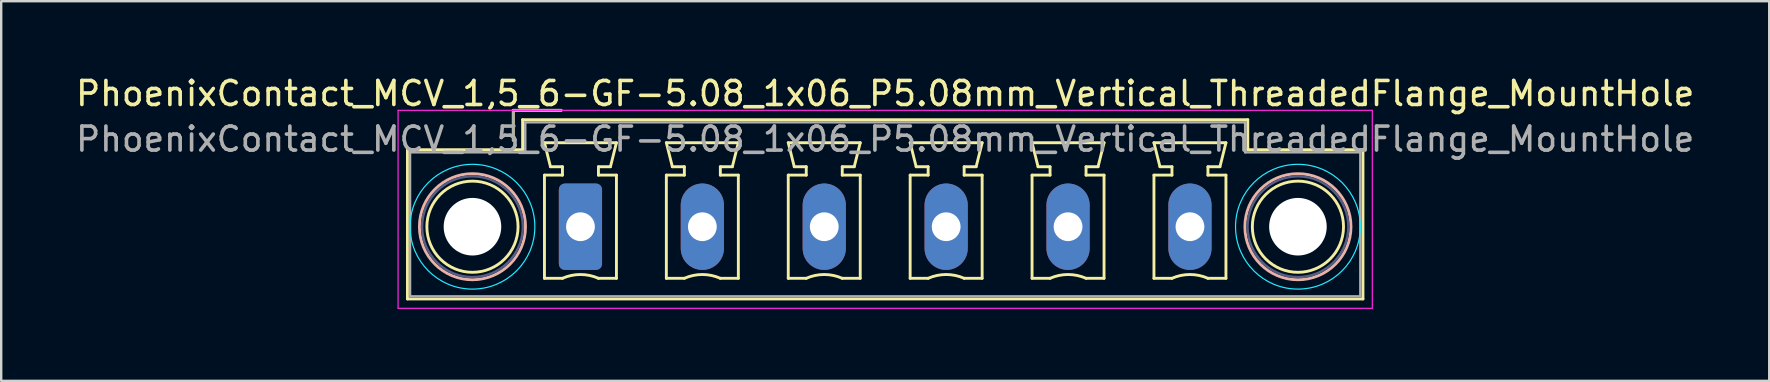
<source format=kicad_pcb>
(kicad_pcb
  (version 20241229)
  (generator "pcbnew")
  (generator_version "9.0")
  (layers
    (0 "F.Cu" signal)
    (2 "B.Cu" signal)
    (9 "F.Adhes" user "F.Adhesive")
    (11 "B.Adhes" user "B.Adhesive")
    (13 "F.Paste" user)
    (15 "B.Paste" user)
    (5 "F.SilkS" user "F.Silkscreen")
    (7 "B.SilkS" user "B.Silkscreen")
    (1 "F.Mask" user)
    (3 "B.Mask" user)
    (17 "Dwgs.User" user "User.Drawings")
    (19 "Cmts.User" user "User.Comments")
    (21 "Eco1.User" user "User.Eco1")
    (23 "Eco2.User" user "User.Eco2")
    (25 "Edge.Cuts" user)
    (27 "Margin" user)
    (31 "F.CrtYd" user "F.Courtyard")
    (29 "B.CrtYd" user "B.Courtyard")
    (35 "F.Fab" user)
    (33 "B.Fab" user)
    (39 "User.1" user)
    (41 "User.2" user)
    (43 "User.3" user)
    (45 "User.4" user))
  (footprint "PhoenixContact_MCV_1,5_6-GF-5.08_1x06_P5.08mm_Vertical_ThreadedFlange_MountHole"
    (layer "F.Cu")
    (at 21.139 6.398)
    (property "Reference" "PhoenixContact_MCV_1,5_6-GF-5.08_1x06_P5.08mm_Vertical_ThreadedFlange_MountHole" (at 12.7 -5.55 0) (layer "F.SilkS") (effects (font (size 1 1) (thickness 0.15))))
    (attr through_hole)
    (fp_line (start -7.21 -3.21) (end -7.21 3.01) (stroke (width 0.12) (type solid)) (layer "F.SilkS"))
    (fp_line (start -7.21 3.01) (end 32.61 3.01) (stroke (width 0.12) (type solid)) (layer "F.SilkS"))
    (fp_line (start -2.8 -4.85) (end -0.8 -4.85) (stroke (width 0.12) (type solid)) (layer "F.SilkS"))
    (fp_line (start -2.8 -3.6) (end -2.8 -4.85) (stroke (width 0.12) (type solid)) (layer "F.SilkS"))
    (fp_line (start -2.41 -4.46) (end -2.41 -3.21) (stroke (width 0.12) (type solid)) (layer "F.SilkS"))
    (fp_line (start -2.41 -3.21) (end -7.21 -3.21) (stroke (width 0.12) (type solid)) (layer "F.SilkS"))
    (fp_line (start -1.5 -3.5) (end 1.5 -3.5) (stroke (width 0.12) (type solid)) (layer "F.SilkS"))
    (fp_line (start -1.5 -2.15) (end -0.75 -2.15) (stroke (width 0.12) (type solid)) (layer "F.SilkS"))
    (fp_line (start -1.5 2.15) (end -1.5 -2.15) (stroke (width 0.12) (type solid)) (layer "F.SilkS"))
    (fp_line (start -1.25 -2.5) (end -1.5 -3.5) (stroke (width 0.12) (type solid)) (layer "F.SilkS"))
    (fp_line (start -0.75 -2.5) (end -1.25 -2.5) (stroke (width 0.12) (type solid)) (layer "F.SilkS"))
    (fp_line (start -0.75 -2.15) (end -0.75 -2.5) (stroke (width 0.12) (type solid)) (layer "F.SilkS"))
    (fp_line (start -0.75 2.15) (end -1.5 2.15) (stroke (width 0.12) (type solid)) (layer "F.SilkS"))
    (fp_line (start 0.75 -2.5) (end 0.75 -2.15) (stroke (width 0.12) (type solid)) (layer "F.SilkS"))
    (fp_line (start 0.75 -2.15) (end 1.5 -2.15) (stroke (width 0.12) (type solid)) (layer "F.SilkS"))
    (fp_line (start 1.25 -2.5) (end 0.75 -2.5) (stroke (width 0.12) (type solid)) (layer "F.SilkS"))
    (fp_line (start 1.5 -3.5) (end 1.25 -2.5) (stroke (width 0.12) (type solid)) (layer "F.SilkS"))
    (fp_line (start 1.5 -2.15) (end 1.5 2.15) (stroke (width 0.12) (type solid)) (layer "F.SilkS"))
    (fp_line (start 1.5 2.15) (end 0.75 2.15) (stroke (width 0.12) (type solid)) (layer "F.SilkS"))
    (fp_line (start 3.58 -3.5) (end 6.58 -3.5) (stroke (width 0.12) (type solid)) (layer "F.SilkS"))
    (fp_line (start 3.58 -2.15) (end 4.33 -2.15) (stroke (width 0.12) (type solid)) (layer "F.SilkS"))
    (fp_line (start 3.58 2.15) (end 3.58 -2.15) (stroke (width 0.12) (type solid)) (layer "F.SilkS"))
    (fp_line (start 3.83 -2.5) (end 3.58 -3.5) (stroke (width 0.12) (type solid)) (layer "F.SilkS"))
    (fp_line (start 4.33 -2.5) (end 3.83 -2.5) (stroke (width 0.12) (type solid)) (layer "F.SilkS"))
    (fp_line (start 4.33 -2.15) (end 4.33 -2.5) (stroke (width 0.12) (type solid)) (layer "F.SilkS"))
    (fp_line (start 4.33 2.15) (end 3.58 2.15) (stroke (width 0.12) (type solid)) (layer "F.SilkS"))
    (fp_line (start 5.83 -2.5) (end 5.83 -2.15) (stroke (width 0.12) (type solid)) (layer "F.SilkS"))
    (fp_line (start 5.83 -2.15) (end 6.58 -2.15) (stroke (width 0.12) (type solid)) (layer "F.SilkS"))
    (fp_line (start 6.33 -2.5) (end 5.83 -2.5) (stroke (width 0.12) (type solid)) (layer "F.SilkS"))
    (fp_line (start 6.58 -3.5) (end 6.33 -2.5) (stroke (width 0.12) (type solid)) (layer "F.SilkS"))
    (fp_line (start 6.58 -2.15) (end 6.58 2.15) (stroke (width 0.12) (type solid)) (layer "F.SilkS"))
    (fp_line (start 6.58 2.15) (end 5.83 2.15) (stroke (width 0.12) (type solid)) (layer "F.SilkS"))
    (fp_line (start 8.66 -3.5) (end 11.66 -3.5) (stroke (width 0.12) (type solid)) (layer "F.SilkS"))
    (fp_line (start 8.66 -2.15) (end 9.41 -2.15) (stroke (width 0.12) (type solid)) (layer "F.SilkS"))
    (fp_line (start 8.66 2.15) (end 8.66 -2.15) (stroke (width 0.12) (type solid)) (layer "F.SilkS"))
    (fp_line (start 8.91 -2.5) (end 8.66 -3.5) (stroke (width 0.12) (type solid)) (layer "F.SilkS"))
    (fp_line (start 9.41 -2.5) (end 8.91 -2.5) (stroke (width 0.12) (type solid)) (layer "F.SilkS"))
    (fp_line (start 9.41 -2.15) (end 9.41 -2.5) (stroke (width 0.12) (type solid)) (layer "F.SilkS"))
    (fp_line (start 9.41 2.15) (end 8.66 2.15) (stroke (width 0.12) (type solid)) (layer "F.SilkS"))
    (fp_line (start 10.91 -2.5) (end 10.91 -2.15) (stroke (width 0.12) (type solid)) (layer "F.SilkS"))
    (fp_line (start 10.91 -2.15) (end 11.66 -2.15) (stroke (width 0.12) (type solid)) (layer "F.SilkS"))
    (fp_line (start 11.41 -2.5) (end 10.91 -2.5) (stroke (width 0.12) (type solid)) (layer "F.SilkS"))
    (fp_line (start 11.66 -3.5) (end 11.41 -2.5) (stroke (width 0.12) (type solid)) (layer "F.SilkS"))
    (fp_line (start 11.66 -2.15) (end 11.66 2.15) (stroke (width 0.12) (type solid)) (layer "F.SilkS"))
    (fp_line (start 11.66 2.15) (end 10.91 2.15) (stroke (width 0.12) (type solid)) (layer "F.SilkS"))
    (fp_line (start 13.74 -3.5) (end 16.74 -3.5) (stroke (width 0.12) (type solid)) (layer "F.SilkS"))
    (fp_line (start 13.74 -2.15) (end 14.49 -2.15) (stroke (width 0.12) (type solid)) (layer "F.SilkS"))
    (fp_line (start 13.74 2.15) (end 13.74 -2.15) (stroke (width 0.12) (type solid)) (layer "F.SilkS"))
    (fp_line (start 13.99 -2.5) (end 13.74 -3.5) (stroke (width 0.12) (type solid)) (layer "F.SilkS"))
    (fp_line (start 14.49 -2.5) (end 13.99 -2.5) (stroke (width 0.12) (type solid)) (layer "F.SilkS"))
    (fp_line (start 14.49 -2.15) (end 14.49 -2.5) (stroke (width 0.12) (type solid)) (layer "F.SilkS"))
    (fp_line (start 14.49 2.15) (end 13.74 2.15) (stroke (width 0.12) (type solid)) (layer "F.SilkS"))
    (fp_line (start 15.99 -2.5) (end 15.99 -2.15) (stroke (width 0.12) (type solid)) (layer "F.SilkS"))
    (fp_line (start 15.99 -2.15) (end 16.74 -2.15) (stroke (width 0.12) (type solid)) (layer "F.SilkS"))
    (fp_line (start 16.49 -2.5) (end 15.99 -2.5) (stroke (width 0.12) (type solid)) (layer "F.SilkS"))
    (fp_line (start 16.74 -3.5) (end 16.49 -2.5) (stroke (width 0.12) (type solid)) (layer "F.SilkS"))
    (fp_line (start 16.74 -2.15) (end 16.74 2.15) (stroke (width 0.12) (type solid)) (layer "F.SilkS"))
    (fp_line (start 16.74 2.15) (end 15.99 2.15) (stroke (width 0.12) (type solid)) (layer "F.SilkS"))
    (fp_line (start 18.82 -3.5) (end 21.82 -3.5) (stroke (width 0.12) (type solid)) (layer "F.SilkS"))
    (fp_line (start 18.82 -2.15) (end 19.57 -2.15) (stroke (width 0.12) (type solid)) (layer "F.SilkS"))
    (fp_line (start 18.82 2.15) (end 18.82 -2.15) (stroke (width 0.12) (type solid)) (layer "F.SilkS"))
    (fp_line (start 19.07 -2.5) (end 18.82 -3.5) (stroke (width 0.12) (type solid)) (layer "F.SilkS"))
    (fp_line (start 19.57 -2.5) (end 19.07 -2.5) (stroke (width 0.12) (type solid)) (layer "F.SilkS"))
    (fp_line (start 19.57 -2.15) (end 19.57 -2.5) (stroke (width 0.12) (type solid)) (layer "F.SilkS"))
    (fp_line (start 19.57 2.15) (end 18.82 2.15) (stroke (width 0.12) (type solid)) (layer "F.SilkS"))
    (fp_line (start 21.07 -2.5) (end 21.07 -2.15) (stroke (width 0.12) (type solid)) (layer "F.SilkS"))
    (fp_line (start 21.07 -2.15) (end 21.82 -2.15) (stroke (width 0.12) (type solid)) (layer "F.SilkS"))
    (fp_line (start 21.57 -2.5) (end 21.07 -2.5) (stroke (width 0.12) (type solid)) (layer "F.SilkS"))
    (fp_line (start 21.82 -3.5) (end 21.57 -2.5) (stroke (width 0.12) (type solid)) (layer "F.SilkS"))
    (fp_line (start 21.82 -2.15) (end 21.82 2.15) (stroke (width 0.12) (type solid)) (layer "F.SilkS"))
    (fp_line (start 21.82 2.15) (end 21.07 2.15) (stroke (width 0.12) (type solid)) (layer "F.SilkS"))
    (fp_line (start 23.9 -3.5) (end 26.9 -3.5) (stroke (width 0.12) (type solid)) (layer "F.SilkS"))
    (fp_line (start 23.9 -2.15) (end 24.65 -2.15) (stroke (width 0.12) (type solid)) (layer "F.SilkS"))
    (fp_line (start 23.9 2.15) (end 23.9 -2.15) (stroke (width 0.12) (type solid)) (layer "F.SilkS"))
    (fp_line (start 24.15 -2.5) (end 23.9 -3.5) (stroke (width 0.12) (type solid)) (layer "F.SilkS"))
    (fp_line (start 24.65 -2.5) (end 24.15 -2.5) (stroke (width 0.12) (type solid)) (layer "F.SilkS"))
    (fp_line (start 24.65 -2.15) (end 24.65 -2.5) (stroke (width 0.12) (type solid)) (layer "F.SilkS"))
    (fp_line (start 24.65 2.15) (end 23.9 2.15) (stroke (width 0.12) (type solid)) (layer "F.SilkS"))
    (fp_line (start 26.15 -2.5) (end 26.15 -2.15) (stroke (width 0.12) (type solid)) (layer "F.SilkS"))
    (fp_line (start 26.15 -2.15) (end 26.9 -2.15) (stroke (width 0.12) (type solid)) (layer "F.SilkS"))
    (fp_line (start 26.65 -2.5) (end 26.15 -2.5) (stroke (width 0.12) (type solid)) (layer "F.SilkS"))
    (fp_line (start 26.9 -3.5) (end 26.65 -2.5) (stroke (width 0.12) (type solid)) (layer "F.SilkS"))
    (fp_line (start 26.9 -2.15) (end 26.9 2.15) (stroke (width 0.12) (type solid)) (layer "F.SilkS"))
    (fp_line (start 26.9 2.15) (end 26.15 2.15) (stroke (width 0.12) (type solid)) (layer "F.SilkS"))
    (fp_line (start 27.81 -4.46) (end -2.41 -4.46) (stroke (width 0.12) (type solid)) (layer "F.SilkS"))
    (fp_line (start 27.81 -3.21) (end 27.81 -4.46) (stroke (width 0.12) (type solid)) (layer "F.SilkS"))
    (fp_line (start 32.61 -3.21) (end 27.81 -3.21) (stroke (width 0.12) (type solid)) (layer "F.SilkS"))
    (fp_line (start 32.61 3.01) (end 32.61 -3.21) (stroke (width 0.12) (type solid)) (layer "F.SilkS"))
    (fp_arc (start -0.75 2.15) (mid -0.000193 1.99191) (end 0.749647 2.149844) (stroke (width 0.12) (type solid)) (layer "F.SilkS"))
    (fp_arc (start 4.33 2.15) (mid 5.079807 1.99191) (end 5.829647 2.149844) (stroke (width 0.12) (type solid)) (layer "F.SilkS"))
    (fp_arc (start 9.41 2.15) (mid 10.159807 1.99191) (end 10.909647 2.149844) (stroke (width 0.12) (type solid)) (layer "F.SilkS"))
    (fp_arc (start 14.49 2.15) (mid 15.239807 1.99191) (end 15.989647 2.149844) (stroke (width 0.12) (type solid)) (layer "F.SilkS"))
    (fp_arc (start 19.57 2.15) (mid 20.319807 1.99191) (end 21.069647 2.149844) (stroke (width 0.12) (type solid)) (layer "F.SilkS"))
    (fp_arc (start 24.65 2.15) (mid 25.399807 1.99191) (end 26.149647 2.149844) (stroke (width 0.12) (type solid)) (layer "F.SilkS"))
    (fp_circle (center -4.5 0) (end -2.6 0) (stroke (width 0.12) (type solid)) (fill no) (layer "F.SilkS"))
    (fp_circle (center 29.9 0) (end 31.8 0) (stroke (width 0.12) (type solid)) (fill no) (layer "F.SilkS"))
    (fp_circle (center -4.5 0) (end -2.29 0) (stroke (width 0.12) (type solid)) (fill no) (layer "B.SilkS"))
    (fp_circle (center 29.9 0) (end 32.11 0) (stroke (width 0.12) (type solid)) (fill no) (layer "B.SilkS"))
    (fp_circle (center -4.5 0) (end -1.9 0) (stroke (width 0.05) (type solid)) (fill no) (layer "B.CrtYd"))
    (fp_circle (center 29.9 0) (end 32.5 0) (stroke (width 0.05) (type solid)) (fill no) (layer "B.CrtYd"))
    (fp_line (start -7.6 -4.85) (end -7.6 3.4) (stroke (width 0.05) (type solid)) (layer "F.CrtYd"))
    (fp_line (start -7.6 3.4) (end 33 3.4) (stroke (width 0.05) (type solid)) (layer "F.CrtYd"))
    (fp_line (start 33 -4.85) (end -7.6 -4.85) (stroke (width 0.05) (type solid)) (layer "F.CrtYd"))
    (fp_line (start 33 3.4) (end 33 -4.85) (stroke (width 0.05) (type solid)) (layer "F.CrtYd"))
    (fp_circle (center -4.5 0) (end -2.4 0) (stroke (width 0.1) (type solid)) (fill no) (layer "B.Fab"))
    (fp_circle (center 29.9 0) (end 32 0) (stroke (width 0.1) (type solid)) (fill no) (layer "B.Fab"))
    (fp_line (start -7.1 -3.1) (end -7.1 2.9) (stroke (width 0.1) (type solid)) (layer "F.Fab"))
    (fp_line (start -7.1 2.9) (end 32.5 2.9) (stroke (width 0.1) (type solid)) (layer "F.Fab"))
    (fp_line (start -2.8 -4.85) (end -0.8 -4.85) (stroke (width 0.1) (type solid)) (layer "F.Fab"))
    (fp_line (start -2.8 -3.6) (end -2.8 -4.85) (stroke (width 0.1) (type solid)) (layer "F.Fab"))
    (fp_line (start -2.3 -4.35) (end -2.3 -3.1) (stroke (width 0.1) (type solid)) (layer "F.Fab"))
    (fp_line (start -2.3 -3.1) (end -7.1 -3.1) (stroke (width 0.1) (type solid)) (layer "F.Fab"))
    (fp_line (start 27.7 -4.35) (end -2.3 -4.35) (stroke (width 0.1) (type solid)) (layer "F.Fab"))
    (fp_line (start 27.7 -3.1) (end 27.7 -4.35) (stroke (width 0.1) (type solid)) (layer "F.Fab"))
    (fp_line (start 32.5 -3.1) (end 27.7 -3.1) (stroke (width 0.1) (type solid)) (layer "F.Fab"))
    (fp_line (start 32.5 2.9) (end 32.5 -3.1) (stroke (width 0.1) (type solid)) (layer "F.Fab"))
    (fp_text user "${REFERENCE}" (at 12.7 -3.65 0) (layer "F.Fab") (effects (font (size 1 1) (thickness 0.15))))
    (pad "" np_thru_hole circle (at -4.5 0) (size 2.4 2.4) (drill 2.4) (layers "*.Cu" "*.Mask"))
    (pad "" np_thru_hole circle (at 29.9 0) (size 2.4 2.4) (drill 2.4) (layers "*.Cu" "*.Mask"))
    (pad "1" thru_hole roundrect (at 0 0) (size 1.8 3.6) (drill 1.2) (layers "*.Cu" "*.Mask") (roundrect_rratio 0.139))
    (pad "2" thru_hole oval (at 5.08 0) (size 1.8 3.6) (drill 1.2) (layers "*.Cu" "*.Mask"))
    (pad "3" thru_hole oval (at 10.16 0) (size 1.8 3.6) (drill 1.2) (layers "*.Cu" "*.Mask"))
    (pad "4" thru_hole oval (at 15.24 0) (size 1.8 3.6) (drill 1.2) (layers "*.Cu" "*.Mask"))
    (pad "5" thru_hole oval (at 20.32 0) (size 1.8 3.6) (drill 1.2) (layers "*.Cu" "*.Mask"))
    (pad "6" thru_hole oval (at 25.4 0) (size 1.8 3.6) (drill 1.2) (layers "*.Cu" "*.Mask")))
  (gr_rect
    (start -3 -3)
    (end 70.679 12.823)
    (stroke (width 0.1) (type default))
    (fill no)
    (layer "Edge.Cuts")))
</source>
